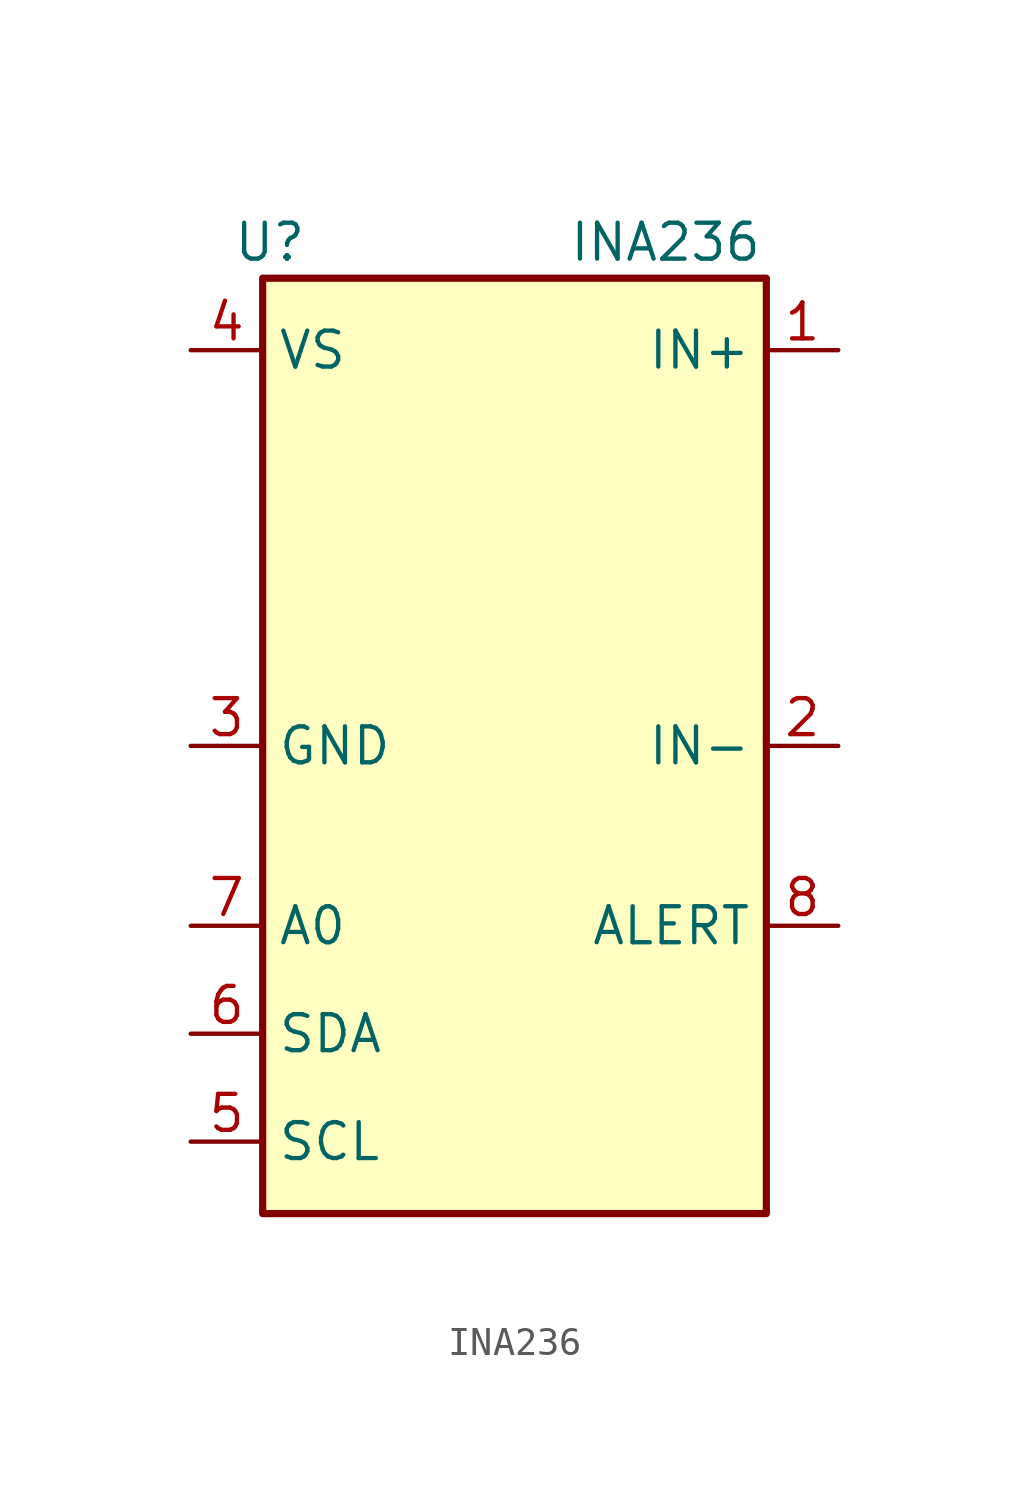
<source format=kicad_sym>
(kicad_symbol_lib
  (version 20231120)
  (generator "kicad_symbol_editor")
  (generator_version "8.0")
  (symbol "INA236"
    (property "Reference" "U"
      (at -7.366 8.89 0)
      (effects (font (size 1.27 1.27))))
    (property "Value" "INA236"
      (at 6.604 8.89 0)
      (effects (font (size 1.27 1.27))))
    (symbol "INA236_0_1"
      (rectangle (start -7.62 7.62) (end 10.16 -25.4) (stroke (width 0.254) (type default)) (fill (type background))))
    (symbol "INA236_1_1"
      (pin unspecified line (at 12.7 5.08 180) (length 2.54) (name "IN+" (effects (font (size 1.27 1.27)))) (number "1" (effects (font (size 1.27 1.27)))))
      (pin unspecified line (at 12.7 -8.89 180) (length 2.54) (name "IN-" (effects (font (size 1.27 1.27)))) (number "2" (effects (font (size 1.27 1.27)))))
      (pin unspecified line (at -10.16 -8.89 0) (length 2.54) (name "GND" (effects (font (size 1.27 1.27)))) (number "3" (effects (font (size 1.27 1.27)))))
      (pin unspecified line (at -10.16 5.08 0) (length 2.54) (name "VS" (effects (font (size 1.27 1.27)))) (number "4" (effects (font (size 1.27 1.27)))))
      (pin unspecified line (at -10.16 -22.86 0) (length 2.54) (name "SCL" (effects (font (size 1.27 1.27)))) (number "5" (effects (font (size 1.27 1.27)))))
      (pin unspecified line (at -10.16 -19.05 0) (length 2.54) (name "SDA" (effects (font (size 1.27 1.27)))) (number "6" (effects (font (size 1.27 1.27)))))
      (pin unspecified line (at -10.16 -15.24 0) (length 2.54) (name "A0" (effects (font (size 1.27 1.27)))) (number "7" (effects (font (size 1.27 1.27)))))
      (pin unspecified line (at 12.7 -15.24 180) (length 2.54) (name "ALERT" (effects (font (size 1.27 1.27)))) (number "8" (effects (font (size 1.27 1.27))))))))
</source>
